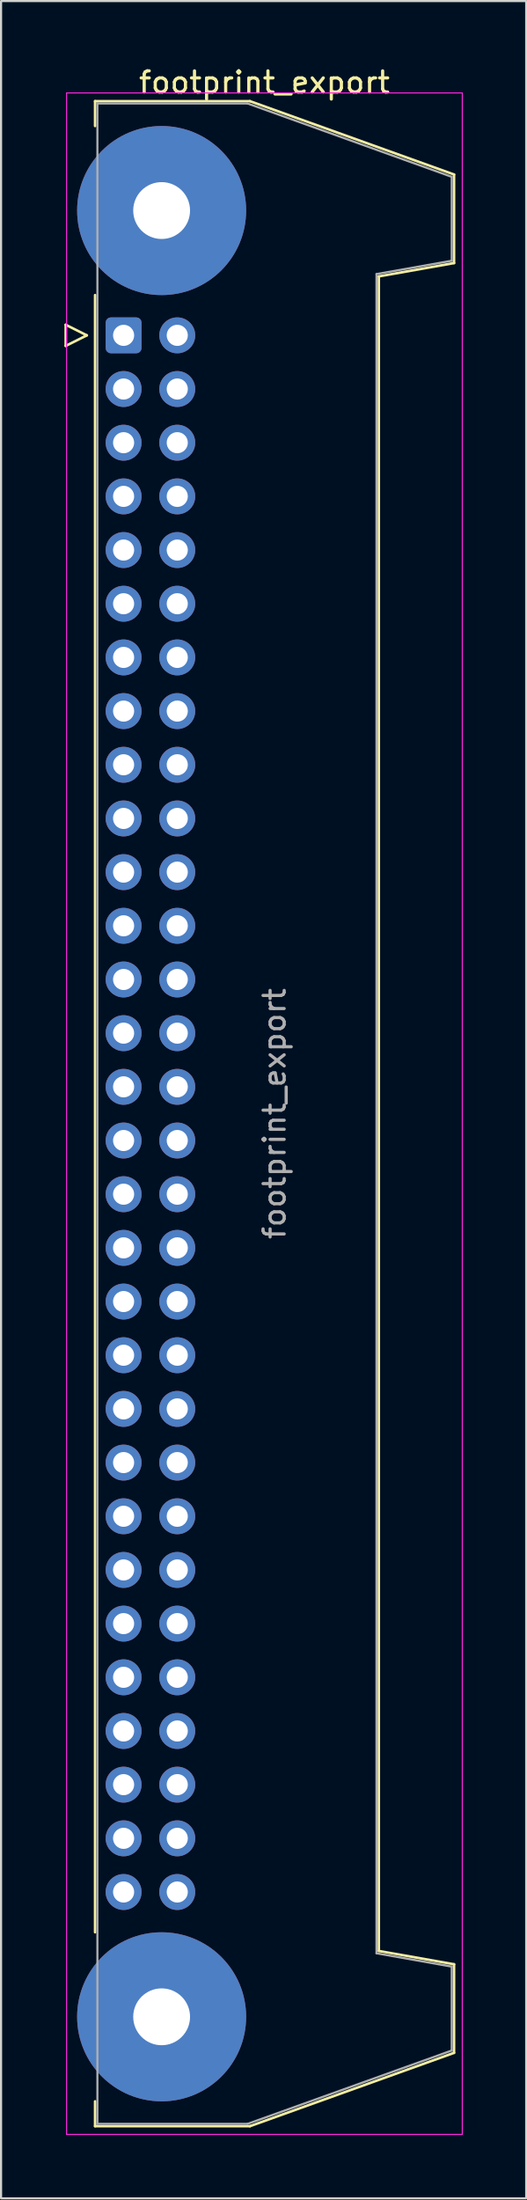
<source format=kicad_pcb>
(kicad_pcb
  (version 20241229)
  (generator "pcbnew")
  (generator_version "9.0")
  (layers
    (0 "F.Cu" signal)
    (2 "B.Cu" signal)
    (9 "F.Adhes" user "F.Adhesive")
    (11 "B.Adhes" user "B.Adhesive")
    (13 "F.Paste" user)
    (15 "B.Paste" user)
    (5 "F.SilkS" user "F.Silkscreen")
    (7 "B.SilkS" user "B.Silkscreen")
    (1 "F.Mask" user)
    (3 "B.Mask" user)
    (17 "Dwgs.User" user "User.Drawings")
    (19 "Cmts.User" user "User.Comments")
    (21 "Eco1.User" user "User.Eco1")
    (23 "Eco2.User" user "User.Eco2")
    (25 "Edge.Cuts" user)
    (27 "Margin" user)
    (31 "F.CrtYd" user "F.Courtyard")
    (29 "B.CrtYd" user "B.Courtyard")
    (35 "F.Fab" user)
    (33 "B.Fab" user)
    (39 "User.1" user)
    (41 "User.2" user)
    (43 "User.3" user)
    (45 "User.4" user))
  (footprint "footprint_export"
    (layer "F.Cu")
    (at 2.8 12.818)
    (property "Reference" "footprint_export" (at 6.665 -11.97 0) (layer "F.SilkS") (effects (font (size 1 1) (thickness 0.15))))
    (attr through_hole)
    (fp_line (start -2.74 -0.5) (end -2.74 0.5) (stroke (width 0.12) (type solid)) (layer "F.SilkS"))
    (fp_line (start -2.74 0.5) (end -1.74 0) (stroke (width 0.12) (type solid)) (layer "F.SilkS"))
    (fp_line (start -1.74 0) (end -2.74 -0.5) (stroke (width 0.12) (type solid)) (layer "F.SilkS"))
    (fp_line (start -1.35 -11.08) (end -1.35 -9.905) (stroke (width 0.12) (type solid)) (layer "F.SilkS"))
    (fp_line (start -1.35 -11.08) (end 5.98 -11.08) (stroke (width 0.12) (type solid)) (layer "F.SilkS"))
    (fp_line (start -1.35 -1.905) (end -1.35 75.565) (stroke (width 0.12) (type solid)) (layer "F.SilkS"))
    (fp_line (start -1.35 83.565) (end -1.35 84.74) (stroke (width 0.12) (type solid)) (layer "F.SilkS"))
    (fp_line (start 5.98 -11.08) (end 15.64 -7.61) (stroke (width 0.12) (type solid)) (layer "F.SilkS"))
    (fp_line (start 5.98 84.74) (end -1.35 84.74) (stroke (width 0.12) (type solid)) (layer "F.SilkS"))
    (fp_line (start 12.08 -2.79) (end 12.08 76.45) (stroke (width 0.12) (type solid)) (layer "F.SilkS"))
    (fp_line (start 12.08 76.45) (end 15.64 77.08) (stroke (width 0.12) (type solid)) (layer "F.SilkS"))
    (fp_line (start 15.64 -7.61) (end 15.64 -3.42) (stroke (width 0.12) (type solid)) (layer "F.SilkS"))
    (fp_line (start 15.64 -3.42) (end 12.08 -2.79) (stroke (width 0.12) (type solid)) (layer "F.SilkS"))
    (fp_line (start 15.64 77.08) (end 15.64 81.27) (stroke (width 0.12) (type solid)) (layer "F.SilkS"))
    (fp_line (start 15.64 81.27) (end 5.98 84.74) (stroke (width 0.12) (type solid)) (layer "F.SilkS"))
    (fp_line (start -2.7 -11.47) (end -2.7 85.13) (stroke (width 0.05) (type solid)) (layer "F.CrtYd"))
    (fp_line (start -2.7 85.13) (end 16.03 85.13) (stroke (width 0.05) (type solid)) (layer "F.CrtYd"))
    (fp_line (start 16.03 -11.47) (end -2.7 -11.47) (stroke (width 0.05) (type solid)) (layer "F.CrtYd"))
    (fp_line (start 16.03 85.13) (end 16.03 -11.47) (stroke (width 0.05) (type solid)) (layer "F.CrtYd"))
    (fp_line (start -1.24 -10.97) (end 5.87 -10.97) (stroke (width 0.1) (type solid)) (layer "F.Fab"))
    (fp_line (start -1.24 84.63) (end -1.24 -10.97) (stroke (width 0.1) (type solid)) (layer "F.Fab"))
    (fp_line (start 5.87 -10.97) (end 15.53 -7.5) (stroke (width 0.1) (type solid)) (layer "F.Fab"))
    (fp_line (start 5.87 84.63) (end -1.24 84.63) (stroke (width 0.1) (type solid)) (layer "F.Fab"))
    (fp_line (start 11.97 -2.9) (end 11.97 76.56) (stroke (width 0.1) (type solid)) (layer "F.Fab"))
    (fp_line (start 11.97 76.56) (end 15.53 77.19) (stroke (width 0.1) (type solid)) (layer "F.Fab"))
    (fp_line (start 15.53 -7.5) (end 15.53 -3.53) (stroke (width 0.1) (type solid)) (layer "F.Fab"))
    (fp_line (start 15.53 -3.53) (end 11.97 -2.9) (stroke (width 0.1) (type solid)) (layer "F.Fab"))
    (fp_line (start 15.53 77.19) (end 15.53 81.16) (stroke (width 0.1) (type solid)) (layer "F.Fab"))
    (fp_line (start 15.53 81.16) (end 5.87 84.63) (stroke (width 0.1) (type solid)) (layer "F.Fab"))
    (fp_text user "${REFERENCE}" (at 7.145 36.83 90) (layer "F.Fab") (effects (font (size 1 1) (thickness 0.15))))
    (pad "1" thru_hole roundrect (at 0 0) (size 1.7 1.7) (drill 1) (layers "*.Cu" "*.Mask") (roundrect_rratio 0.147))
    (pad "2" thru_hole circle (at 2.54 0) (size 1.7 1.7) (drill 1) (layers "*.Cu" "*.Mask"))
    (pad "3" thru_hole circle (at 0 2.54) (size 1.7 1.7) (drill 1) (layers "*.Cu" "*.Mask"))
    (pad "4" thru_hole circle (at 2.54 2.54) (size 1.7 1.7) (drill 1) (layers "*.Cu" "*.Mask"))
    (pad "5" thru_hole circle (at 0 5.08) (size 1.7 1.7) (drill 1) (layers "*.Cu" "*.Mask"))
    (pad "6" thru_hole circle (at 2.54 5.08) (size 1.7 1.7) (drill 1) (layers "*.Cu" "*.Mask"))
    (pad "7" thru_hole circle (at 0 7.62) (size 1.7 1.7) (drill 1) (layers "*.Cu" "*.Mask"))
    (pad "8" thru_hole circle (at 2.54 7.62) (size 1.7 1.7) (drill 1) (layers "*.Cu" "*.Mask"))
    (pad "9" thru_hole circle (at 0 10.16) (size 1.7 1.7) (drill 1) (layers "*.Cu" "*.Mask"))
    (pad "10" thru_hole circle (at 2.54 10.16) (size 1.7 1.7) (drill 1) (layers "*.Cu" "*.Mask"))
    (pad "11" thru_hole circle (at 0 12.7) (size 1.7 1.7) (drill 1) (layers "*.Cu" "*.Mask"))
    (pad "12" thru_hole circle (at 2.54 12.7) (size 1.7 1.7) (drill 1) (layers "*.Cu" "*.Mask"))
    (pad "13" thru_hole circle (at 0 15.24) (size 1.7 1.7) (drill 1) (layers "*.Cu" "*.Mask"))
    (pad "14" thru_hole circle (at 2.54 15.24) (size 1.7 1.7) (drill 1) (layers "*.Cu" "*.Mask"))
    (pad "15" thru_hole circle (at 0 17.78) (size 1.7 1.7) (drill 1) (layers "*.Cu" "*.Mask"))
    (pad "16" thru_hole circle (at 2.54 17.78) (size 1.7 1.7) (drill 1) (layers "*.Cu" "*.Mask"))
    (pad "17" thru_hole circle (at 0 20.32) (size 1.7 1.7) (drill 1) (layers "*.Cu" "*.Mask"))
    (pad "18" thru_hole circle (at 2.54 20.32) (size 1.7 1.7) (drill 1) (layers "*.Cu" "*.Mask"))
    (pad "19" thru_hole circle (at 0 22.86) (size 1.7 1.7) (drill 1) (layers "*.Cu" "*.Mask"))
    (pad "20" thru_hole circle (at 2.54 22.86) (size 1.7 1.7) (drill 1) (layers "*.Cu" "*.Mask"))
    (pad "21" thru_hole circle (at 0 25.4) (size 1.7 1.7) (drill 1) (layers "*.Cu" "*.Mask"))
    (pad "22" thru_hole circle (at 2.54 25.4) (size 1.7 1.7) (drill 1) (layers "*.Cu" "*.Mask"))
    (pad "23" thru_hole circle (at 0 27.94) (size 1.7 1.7) (drill 1) (layers "*.Cu" "*.Mask"))
    (pad "24" thru_hole circle (at 2.54 27.94) (size 1.7 1.7) (drill 1) (layers "*.Cu" "*.Mask"))
    (pad "25" thru_hole circle (at 0 30.48) (size 1.7 1.7) (drill 1) (layers "*.Cu" "*.Mask"))
    (pad "26" thru_hole circle (at 2.54 30.48) (size 1.7 1.7) (drill 1) (layers "*.Cu" "*.Mask"))
    (pad "27" thru_hole circle (at 0 33.02) (size 1.7 1.7) (drill 1) (layers "*.Cu" "*.Mask"))
    (pad "28" thru_hole circle (at 2.54 33.02) (size 1.7 1.7) (drill 1) (layers "*.Cu" "*.Mask"))
    (pad "29" thru_hole circle (at 0 35.56) (size 1.7 1.7) (drill 1) (layers "*.Cu" "*.Mask"))
    (pad "30" thru_hole circle (at 2.54 35.56) (size 1.7 1.7) (drill 1) (layers "*.Cu" "*.Mask"))
    (pad "31" thru_hole circle (at 0 38.1) (size 1.7 1.7) (drill 1) (layers "*.Cu" "*.Mask"))
    (pad "32" thru_hole circle (at 2.54 38.1) (size 1.7 1.7) (drill 1) (layers "*.Cu" "*.Mask"))
    (pad "33" thru_hole circle (at 0 40.64) (size 1.7 1.7) (drill 1) (layers "*.Cu" "*.Mask"))
    (pad "34" thru_hole circle (at 2.54 40.64) (size 1.7 1.7) (drill 1) (layers "*.Cu" "*.Mask"))
    (pad "35" thru_hole circle (at 0 43.18) (size 1.7 1.7) (drill 1) (layers "*.Cu" "*.Mask"))
    (pad "36" thru_hole circle (at 2.54 43.18) (size 1.7 1.7) (drill 1) (layers "*.Cu" "*.Mask"))
    (pad "37" thru_hole circle (at 0 45.72) (size 1.7 1.7) (drill 1) (layers "*.Cu" "*.Mask"))
    (pad "38" thru_hole circle (at 2.54 45.72) (size 1.7 1.7) (drill 1) (layers "*.Cu" "*.Mask"))
    (pad "39" thru_hole circle (at 0 48.26) (size 1.7 1.7) (drill 1) (layers "*.Cu" "*.Mask"))
    (pad "40" thru_hole circle (at 2.54 48.26) (size 1.7 1.7) (drill 1) (layers "*.Cu" "*.Mask"))
    (pad "41" thru_hole circle (at 0 50.8) (size 1.7 1.7) (drill 1) (layers "*.Cu" "*.Mask"))
    (pad "42" thru_hole circle (at 2.54 50.8) (size 1.7 1.7) (drill 1) (layers "*.Cu" "*.Mask"))
    (pad "43" thru_hole circle (at 0 53.34) (size 1.7 1.7) (drill 1) (layers "*.Cu" "*.Mask"))
    (pad "44" thru_hole circle (at 2.54 53.34) (size 1.7 1.7) (drill 1) (layers "*.Cu" "*.Mask"))
    (pad "45" thru_hole circle (at 0 55.88) (size 1.7 1.7) (drill 1) (layers "*.Cu" "*.Mask"))
    (pad "46" thru_hole circle (at 2.54 55.88) (size 1.7 1.7) (drill 1) (layers "*.Cu" "*.Mask"))
    (pad "47" thru_hole circle (at 0 58.42) (size 1.7 1.7) (drill 1) (layers "*.Cu" "*.Mask"))
    (pad "48" thru_hole circle (at 2.54 58.42) (size 1.7 1.7) (drill 1) (layers "*.Cu" "*.Mask"))
    (pad "49" thru_hole circle (at 0 60.96) (size 1.7 1.7) (drill 1) (layers "*.Cu" "*.Mask"))
    (pad "50" thru_hole circle (at 2.54 60.96) (size 1.7 1.7) (drill 1) (layers "*.Cu" "*.Mask"))
    (pad "51" thru_hole circle (at 0 63.5) (size 1.7 1.7) (drill 1) (layers "*.Cu" "*.Mask"))
    (pad "52" thru_hole circle (at 2.54 63.5) (size 1.7 1.7) (drill 1) (layers "*.Cu" "*.Mask"))
    (pad "53" thru_hole circle (at 0 66.04) (size 1.7 1.7) (drill 1) (layers "*.Cu" "*.Mask"))
    (pad "54" thru_hole circle (at 2.54 66.04) (size 1.7 1.7) (drill 1) (layers "*.Cu" "*.Mask"))
    (pad "55" thru_hole circle (at 0 68.58) (size 1.7 1.7) (drill 1) (layers "*.Cu" "*.Mask"))
    (pad "56" thru_hole circle (at 2.54 68.58) (size 1.7 1.7) (drill 1) (layers "*.Cu" "*.Mask"))
    (pad "57" thru_hole circle (at 0 71.12) (size 1.7 1.7) (drill 1) (layers "*.Cu" "*.Mask"))
    (pad "58" thru_hole circle (at 2.54 71.12) (size 1.7 1.7) (drill 1) (layers "*.Cu" "*.Mask"))
    (pad "59" thru_hole circle (at 0 73.66) (size 1.7 1.7) (drill 1) (layers "*.Cu" "*.Mask"))
    (pad "60" thru_hole circle (at 2.54 73.66) (size 1.7 1.7) (drill 1) (layers "*.Cu" "*.Mask"))
    (pad "MP" thru_hole circle (at 1.8 -5.905) (size 8 8) (drill 2.69) (layers "*.Cu" "*.Mask"))
    (pad "MP" thru_hole circle (at 1.8 79.565) (size 8 8) (drill 2.69) (layers "*.Cu" "*.Mask")))
  (gr_rect
    (start -3 -3)
    (end 21.855 100.973)
    (stroke (width 0.1) (type default))
    (fill no)
    (layer "Edge.Cuts")))
</source>
